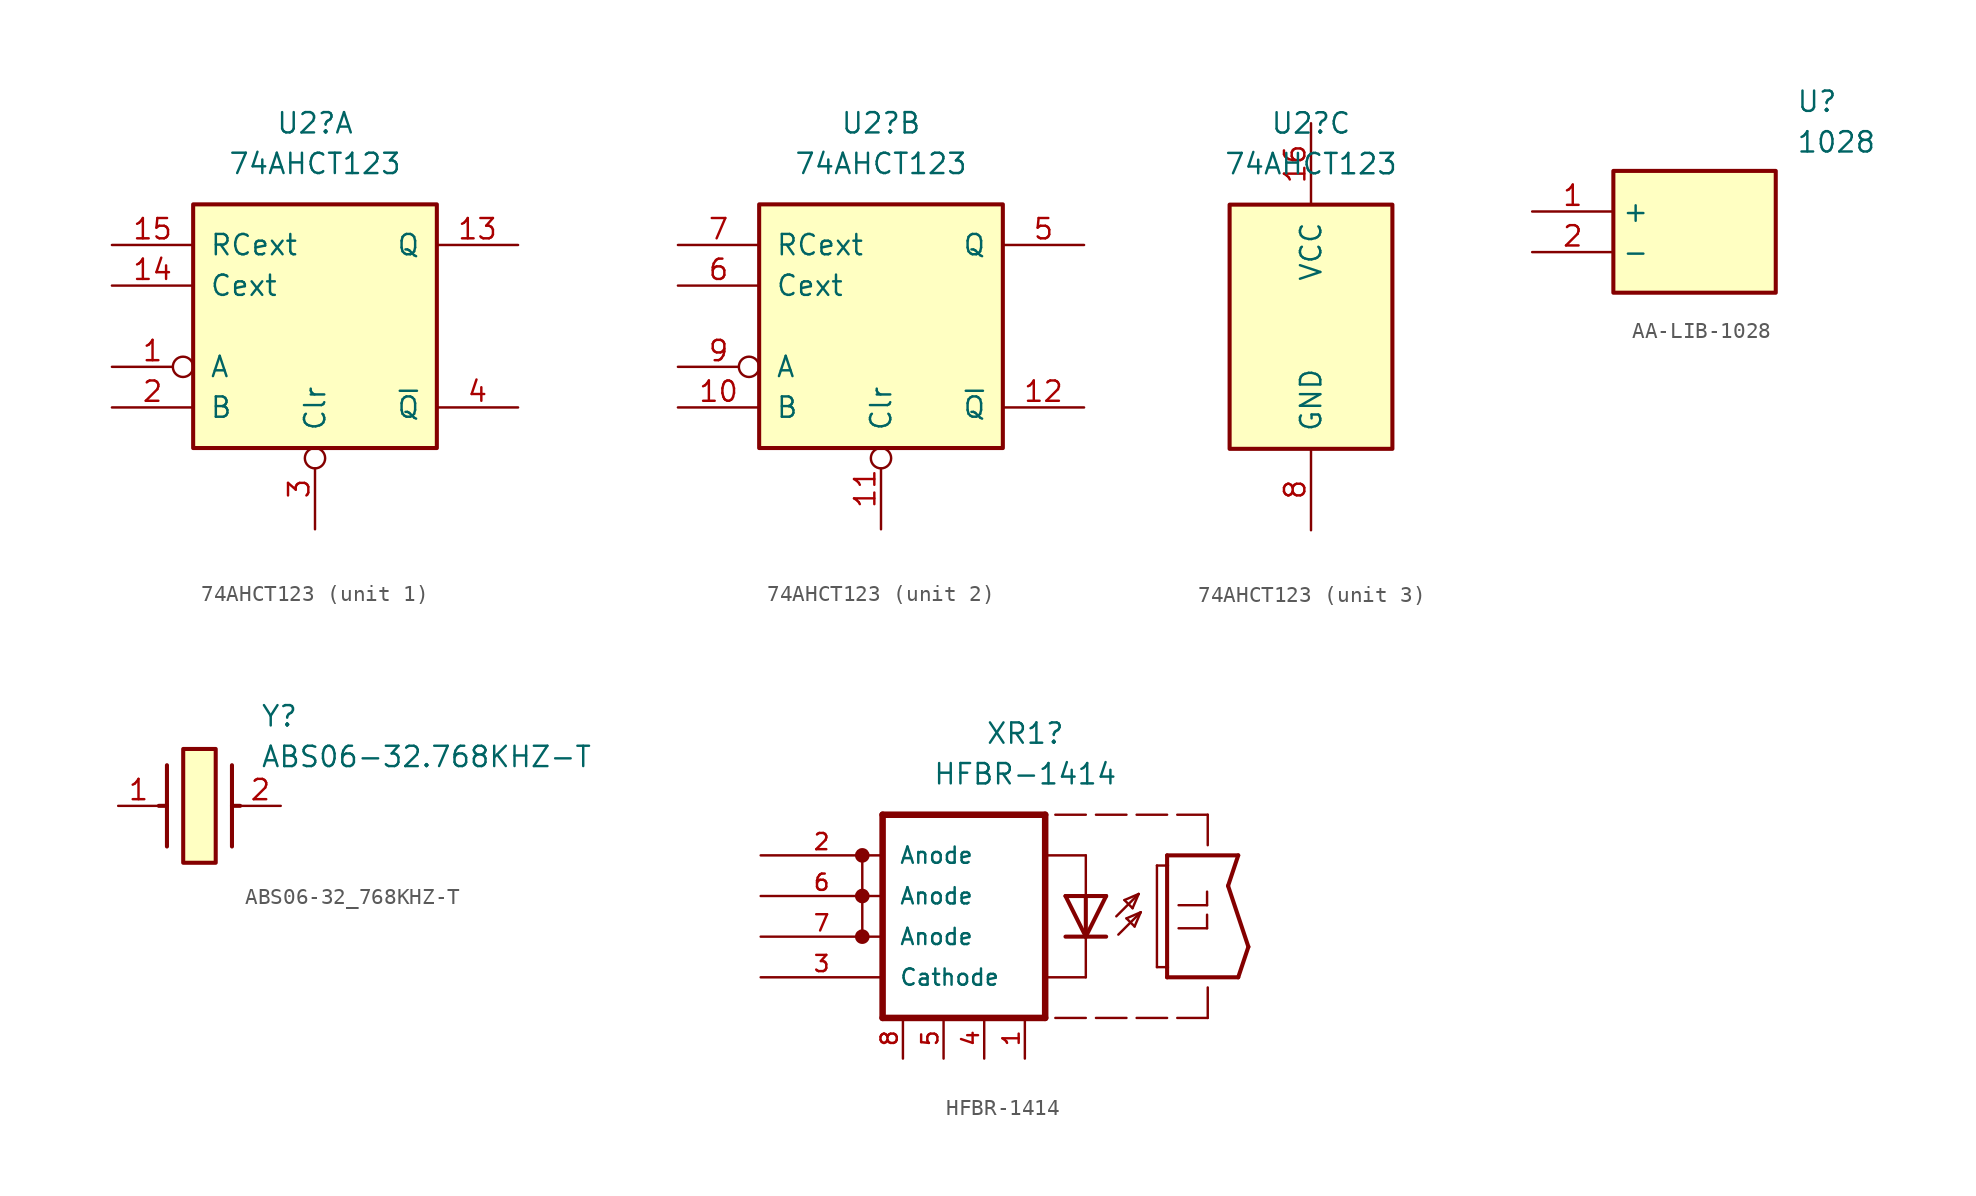
<source format=kicad_sym>
(kicad_symbol_lib
  (version 20231120)
  (generator "kicad_symbol_editor")
  (generator_version "8.0")
  (symbol "74AHCT123"
    (pin_names
      (offset 1.016))
    (property "Reference" "U2"
      (at 0 12.7 0)
      (effects (font (size 1.27 1.27))))
    (property "Value" "74AHCT123"
      (at 0 10.16 0)
      (effects (font (size 1.27 1.27))))
    (property "ki_locked" ""
      (at 0 0 0)
      (effects (font (size 1.27 1.27))))
    (symbol "74AHCT123_1_0"
      (pin input inverted (at -12.7 -2.54 0) (length 5.08) (name "A" (effects (font (size 1.27 1.27)))) (number "1" (effects (font (size 1.27 1.27)))))
      (pin output line (at 12.7 5.08 180) (length 5.08) (name "Q" (effects (font (size 1.27 1.27)))) (number "13" (effects (font (size 1.27 1.27)))))
      (pin input line (at -12.7 2.54 0) (length 5.08) (name "Cext" (effects (font (size 1.27 1.27)))) (number "14" (effects (font (size 1.27 1.27)))))
      (pin input line (at -12.7 5.08 0) (length 5.08) (name "RCext" (effects (font (size 1.27 1.27)))) (number "15" (effects (font (size 1.27 1.27)))))
      (pin input line (at -12.7 -5.08 0) (length 5.08) (name "B" (effects (font (size 1.27 1.27)))) (number "2" (effects (font (size 1.27 1.27)))))
      (pin input inverted (at 0 -12.7 90) (length 5.08) (name "Clr" (effects (font (size 1.27 1.27)))) (number "3" (effects (font (size 1.27 1.27)))))
      (pin output line (at 12.7 -5.08 180) (length 5.08) (name "~{Q}" (effects (font (size 1.27 1.27)))) (number "4" (effects (font (size 1.27 1.27))))))
    (symbol "74AHCT123_1_1"
      (rectangle (start -7.62 7.62) (end 7.62 -7.62) (stroke (width 0.254) (type default)) (fill (type background))))
    (symbol "74AHCT123_2_0"
      (pin input line (at -12.7 -5.08 0) (length 5.08) (name "B" (effects (font (size 1.27 1.27)))) (number "10" (effects (font (size 1.27 1.27)))))
      (pin input inverted (at 0 -12.7 90) (length 5.08) (name "Clr" (effects (font (size 1.27 1.27)))) (number "11" (effects (font (size 1.27 1.27)))))
      (pin output line (at 12.7 -5.08 180) (length 5.08) (name "~{Q}" (effects (font (size 1.27 1.27)))) (number "12" (effects (font (size 1.27 1.27)))))
      (pin output line (at 12.7 5.08 180) (length 5.08) (name "Q" (effects (font (size 1.27 1.27)))) (number "5" (effects (font (size 1.27 1.27)))))
      (pin input line (at -12.7 2.54 0) (length 5.08) (name "Cext" (effects (font (size 1.27 1.27)))) (number "6" (effects (font (size 1.27 1.27)))))
      (pin input line (at -12.7 5.08 0) (length 5.08) (name "RCext" (effects (font (size 1.27 1.27)))) (number "7" (effects (font (size 1.27 1.27)))))
      (pin input inverted (at -12.7 -2.54 0) (length 5.08) (name "A" (effects (font (size 1.27 1.27)))) (number "9" (effects (font (size 1.27 1.27))))))
    (symbol "74AHCT123_2_1"
      (rectangle (start -7.62 7.62) (end 7.62 -7.62) (stroke (width 0.254) (type default)) (fill (type background))))
    (symbol "74AHCT123_3_0"
      (pin power_in line (at 0 12.7 270) (length 5.08) (name "VCC" (effects (font (size 1.27 1.27)))) (number "16" (effects (font (size 1.27 1.27)))))
      (pin power_in line (at 0 -12.7 90) (length 5.08) (name "GND" (effects (font (size 1.27 1.27)))) (number "8" (effects (font (size 1.27 1.27))))))
    (symbol "74AHCT123_3_1"
      (rectangle (start -5.08 7.62) (end 5.08 -7.62) (stroke (width 0.254) (type default)) (fill (type background)))))
  (symbol "AA-LIB-1028"
    (property "Reference" "U"
      (at 16.51 7.62 0)
      (effects (font (size 1.27 1.27)) (justify left top)))
    (property "Value" "1028"
      (at 16.51 5.08 0)
      (effects (font (size 1.27 1.27)) (justify left top)))
    (symbol "AA-LIB-1028_1_1"
      (rectangle (start 5.08 2.54) (end 15.24 -5.08) (stroke (width 0.254) (type default)) (fill (type background)))
      (pin power_in line (at 0 0 0) (length 5.08) (name "+" (effects (font (size 1.27 1.27)))) (number "1" (effects (font (size 1.27 1.27)))))
      (pin power_out line (at 0 -2.54 0) (length 5.08) (name "-" (effects (font (size 1.27 1.27)))) (number "2" (effects (font (size 1.27 1.27)))))))
  (symbol "ABS06-32_768KHZ-T"
    (pin_names hide)
    (property "Reference" "Y"
      (at 8.89 6.35 0)
      (effects (font (size 1.27 1.27)) (justify left top)))
    (property "Value" "ABS06-32.768KHZ-T"
      (at 8.89 3.81 0)
      (effects (font (size 1.27 1.27)) (justify left top)))
    (rectangle
      (start 4.064 3.556)
      (end 6.096 -3.556)
      (stroke (width 0.254) (type default))
      (fill (type background)))
    (polyline
      (pts (xy 3.048 2.54) (xy 3.048 -2.54))
      (stroke (width 0.254) (type default))
      (fill (type none)))
    (polyline
      (pts (xy 7.112 2.54) (xy 7.112 -2.54))
      (stroke (width 0.254) (type default))
      (fill (type none)))
    (polyline
      (pts (xy 7.112 0) (xy 7.62 0))
      (stroke (width 0.254) (type default))
      (fill (type none)))
    (polyline
      (pts (xy 3.048 0) (xy 2.54 0))
      (stroke (width 0.254) (type default))
      (fill (type none)))
    (pin passive line
      (at 0 0 0)
      (length 2.54)
      (name "1" (effects (font (size 1.27 1.27))))
      (number "1" (effects (font (size 1.27 1.27)))))
    (pin passive line
      (at 10.16 0 180)
      (length 2.54)
      (name "2" (effects (font (size 1.27 1.27))))
      (number "2" (effects (font (size 1.27 1.27))))))
  (symbol "HFBR-1414"
    (pin_names
      (offset 1.016))
    (property "Reference" "XR1"
      (at 5.105 12.7 0)
      (effects (font (size 1.27 1.27))))
    (property "Value" "HFBR-1414"
      (at 5.105 10.16 0)
      (effects (font (size 1.27 1.27))))
    (symbol "HFBR-1414_0_0"
      (circle (center -5.08 0) (radius 0.254) (stroke (width 0.406) (type default)) (fill (type none)))
      (circle (center -5.08 2.54) (radius 0.254) (stroke (width 0.406) (type default)) (fill (type none)))
      (circle (center -5.08 5.08) (radius 0.254) (stroke (width 0.406) (type default)) (fill (type none)))
      (polyline (pts (xy -3.81 -5.08) (xy -3.81 7.62)) (stroke (width 0.406) (type default)) (fill (type none)))
      (polyline (pts (xy -3.81 7.62) (xy 6.35 7.62)) (stroke (width 0.406) (type default)) (fill (type none)))
      (polyline (pts (xy 6.35 -5.08) (xy -3.81 -5.08)) (stroke (width 0.406) (type default)) (fill (type none)))
      (polyline (pts (xy 6.35 7.62) (xy 6.35 -5.08)) (stroke (width 0.406) (type default)) (fill (type none)))
      (polyline (pts (xy 7.62 0) (xy 8.89 0)) (stroke (width 0.254) (type default)) (fill (type none)))
      (polyline (pts (xy 7.62 2.54) (xy 8.89 0)) (stroke (width 0.254) (type default)) (fill (type none)))
      (polyline (pts (xy 7.62 2.54) (xy 8.89 2.54)) (stroke (width 0.254) (type default)) (fill (type none)))
      (polyline (pts (xy 8.89 -5.08) (xy 6.985 -5.08)) (stroke (width 0.152) (type default)) (fill (type none)))
      (polyline (pts (xy 8.89 -2.54) (xy 6.35 -2.54)) (stroke (width 0.152) (type default)) (fill (type none)))
      (polyline (pts (xy 8.89 0) (xy 8.89 -2.54)) (stroke (width 0.152) (type default)) (fill (type none)))
      (polyline (pts (xy 8.89 0) (xy 10.16 0)) (stroke (width 0.254) (type default)) (fill (type none)))
      (polyline (pts (xy 8.89 0) (xy 10.16 2.54)) (stroke (width 0.254) (type default)) (fill (type none)))
      (polyline (pts (xy 8.89 2.54) (xy 8.89 0)) (stroke (width 0.254) (type default)) (fill (type none)))
      (polyline (pts (xy 8.89 2.54) (xy 10.16 2.54)) (stroke (width 0.254) (type default)) (fill (type none)))
      (polyline (pts (xy 8.89 5.08) (xy 6.35 5.08)) (stroke (width 0.152) (type default)) (fill (type none)))
      (polyline (pts (xy 8.89 5.08) (xy 8.89 2.54)) (stroke (width 0.152) (type default)) (fill (type none)))
      (polyline (pts (xy 8.89 7.62) (xy 6.985 7.62)) (stroke (width 0.152) (type default)) (fill (type none)))
      (polyline (pts (xy 10.795 1.27) (xy 12.192 2.667)) (stroke (width 0.152) (type default)) (fill (type none)))
      (polyline (pts (xy 10.922 0.127) (xy 12.319 1.524)) (stroke (width 0.152) (type default)) (fill (type none)))
      (polyline (pts (xy 11.303 2.286) (xy 11.811 1.778)) (stroke (width 0.152) (type default)) (fill (type none)))
      (polyline (pts (xy 11.43 -5.08) (xy 9.525 -5.08)) (stroke (width 0.152) (type default)) (fill (type none)))
      (polyline (pts (xy 11.43 1.143) (xy 11.938 0.635)) (stroke (width 0.152) (type default)) (fill (type none)))
      (polyline (pts (xy 11.43 7.62) (xy 9.525 7.62)) (stroke (width 0.152) (type default)) (fill (type none)))
      (polyline (pts (xy 11.811 1.778) (xy 12.192 2.667)) (stroke (width 0.152) (type default)) (fill (type none)))
      (polyline (pts (xy 11.938 0.635) (xy 12.319 1.524)) (stroke (width 0.152) (type default)) (fill (type none)))
      (polyline (pts (xy 12.192 2.667) (xy 11.303 2.286)) (stroke (width 0.152) (type default)) (fill (type none)))
      (polyline (pts (xy 12.319 1.524) (xy 11.43 1.143)) (stroke (width 0.152) (type default)) (fill (type none)))
      (polyline (pts (xy 13.335 -1.905) (xy 13.97 -1.905)) (stroke (width 0.152) (type default)) (fill (type none)))
      (polyline (pts (xy 13.335 4.445) (xy 13.335 -1.905)) (stroke (width 0.152) (type default)) (fill (type none)))
      (polyline (pts (xy 13.97 -5.08) (xy 12.065 -5.08)) (stroke (width 0.152) (type default)) (fill (type none)))
      (polyline (pts (xy 13.97 -2.54) (xy 18.415 -2.54)) (stroke (width 0.254) (type default)) (fill (type none)))
      (polyline (pts (xy 13.97 -1.905) (xy 13.97 -2.54)) (stroke (width 0.254) (type default)) (fill (type none)))
      (polyline (pts (xy 13.97 4.445) (xy 13.335 4.445)) (stroke (width 0.152) (type default)) (fill (type none)))
      (polyline (pts (xy 13.97 4.445) (xy 13.97 -1.905)) (stroke (width 0.254) (type default)) (fill (type none)))
      (polyline (pts (xy 13.97 5.08) (xy 13.97 4.445)) (stroke (width 0.254) (type default)) (fill (type none)))
      (polyline (pts (xy 13.97 7.62) (xy 12.065 7.62)) (stroke (width 0.152) (type default)) (fill (type none)))
      (polyline (pts (xy 16.51 -5.08) (xy 14.605 -5.08)) (stroke (width 0.152) (type default)) (fill (type none)))
      (polyline (pts (xy 16.51 -3.175) (xy 16.51 -5.08)) (stroke (width 0.152) (type default)) (fill (type none)))
      (polyline (pts (xy 16.51 5.715) (xy 16.51 7.62)) (stroke (width 0.152) (type default)) (fill (type none)))
      (polyline (pts (xy 16.51 7.62) (xy 14.605 7.62)) (stroke (width 0.152) (type default)) (fill (type none)))
      (polyline (pts (xy 17.78 3.175) (xy 18.415 5.08)) (stroke (width 0.254) (type default)) (fill (type none)))
      (polyline (pts (xy 18.415 -2.54) (xy 19.05 -0.635)) (stroke (width 0.254) (type default)) (fill (type none)))
      (polyline (pts (xy 18.415 5.08) (xy 13.97 5.08)) (stroke (width 0.254) (type default)) (fill (type none)))
      (polyline (pts (xy 19.05 -0.635) (xy 17.78 3.175)) (stroke (width 0.254) (type default)) (fill (type none)))
      (text "LL" (at 14.611 0 900) (effects (font (size 1.78 1.78)) (justify left top))))
    (symbol "HFBR-1414_0_1"
      (polyline (pts (xy -5.08 5.08) (xy -5.08 2.54) (xy -5.08 0)) (stroke (width 0) (type default)) (fill (type none))))
    (symbol "HFBR-1414_1_0"
      (pin free line (at 5.08 -7.62 90) (length 2.54) (name "" (effects (font (size 1.016 1.016)))) (number "1" (effects (font (size 1.016 1.016)))))
      (pin passive line (at -11.43 5.08 0) (length 7.62) (name "Anode" (effects (font (size 1.016 1.016)))) (number "2" (effects (font (size 1.016 1.016)))))
      (pin passive line (at -11.43 -2.54 0) (length 7.62) (name "Cathode" (effects (font (size 1.016 1.016)))) (number "3" (effects (font (size 1.016 1.016)))))
      (pin free line (at 2.54 -7.62 90) (length 2.54) (name "" (effects (font (size 1.016 1.016)))) (number "4" (effects (font (size 1.016 1.016)))))
      (pin free line (at 0 -7.62 90) (length 2.54) (name "" (effects (font (size 1.016 1.016)))) (number "5" (effects (font (size 1.016 1.016)))))
      (pin passive line (at -11.43 2.54 0) (length 7.62) (name "Anode" (effects (font (size 1.016 1.016)))) (number "6" (effects (font (size 1.016 1.016)))))
      (pin passive line (at -11.43 0 0) (length 7.62) (name "Anode" (effects (font (size 1.016 1.016)))) (number "7" (effects (font (size 1.016 1.016)))))
      (pin free line (at -2.54 -7.62 90) (length 2.54) (name "" (effects (font (size 1.016 1.016)))) (number "8" (effects (font (size 1.016 1.016))))))))
</source>
